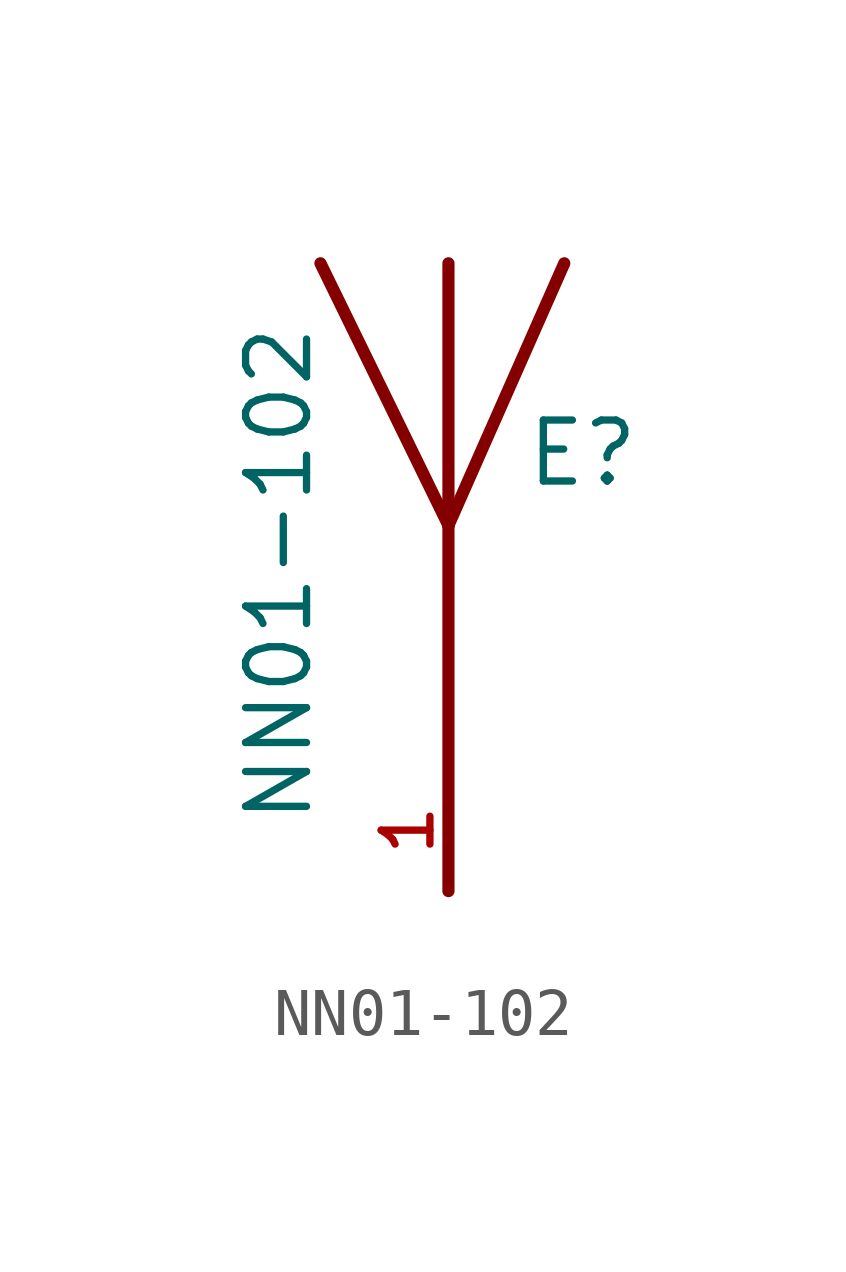
<source format=kicad_sym>
(kicad_symbol_lib
  (version 20211014)
  (generator kicad_symbol_editor)
  (symbol "NN01-102"
    (pin_names
      (offset 1.016) hide)
    (property "Reference" "E"
      (at 2.794 3.302 0)
      (effects (font (size 1.27 1.27)) (justify bottom)))
    (property "Value" "NN01-102"
      (at -2.794 1.524 90)
      (effects (font (size 1.27 1.27)) (justify bottom)))
    (symbol "NN01-102_0_0"
      (polyline (pts (xy 0 2.54) (xy -2.667 8.001)) (stroke (width 0.254) (type default) (color 0 0 0 0)) (fill (type none)))
      (polyline (pts (xy 0 2.54) (xy 0 -5.08)) (stroke (width 0.254) (type default) (color 0 0 0 0)) (fill (type none)))
      (polyline (pts (xy 0 8.001) (xy 0 2.54)) (stroke (width 0.254) (type default) (color 0 0 0 0)) (fill (type none)))
      (polyline (pts (xy 2.413 8.001) (xy 0 2.54)) (stroke (width 0.254) (type default) (color 0 0 0 0)) (fill (type none)))
      (pin input line (at 0 -5.08 90) (length 2.54) (name "~" (effects (font (size 1.016 1.016)))) (number "1" (effects (font (size 1.016 1.016))))))))
</source>
